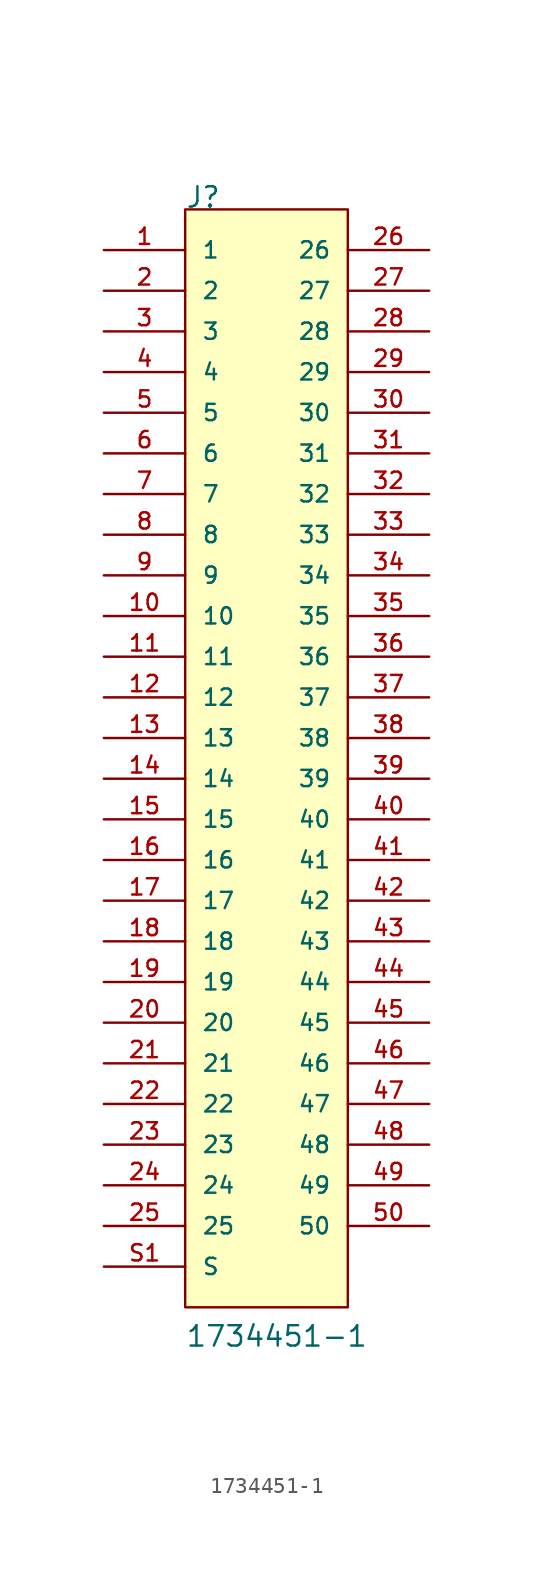
<source format=kicad_sym>
(kicad_symbol_lib
  (version 20211014)
  (generator kicad_symbol_editor)
  (symbol "1734451-1"
    (pin_names
      (offset 1.016))
    (property "Reference" "J"
      (at -5.082 33.035 0)
      (effects (font (size 1.27 1.27)) (justify bottom left)))
    (property "Value" "1734451-1"
      (at -5.082 -38.112 0)
      (effects (font (size 1.27 1.27)) (justify bottom left)))
    (symbol "1734451-1_0_0"
      (rectangle (start -5.08 -35.56) (end 5.08 33.02) (stroke (width 0.152)) (fill (type background)))
      (pin passive line (at -10.16 30.48 0) (length 5.08) (name "1" (effects (font (size 1.016 1.016)))) (number "1" (effects (font (size 1.016 1.016)))))
      (pin passive line (at -10.16 27.94 0) (length 5.08) (name "2" (effects (font (size 1.016 1.016)))) (number "2" (effects (font (size 1.016 1.016)))))
      (pin passive line (at -10.16 25.4 0) (length 5.08) (name "3" (effects (font (size 1.016 1.016)))) (number "3" (effects (font (size 1.016 1.016)))))
      (pin passive line (at -10.16 22.86 0) (length 5.08) (name "4" (effects (font (size 1.016 1.016)))) (number "4" (effects (font (size 1.016 1.016)))))
      (pin passive line (at -10.16 20.32 0) (length 5.08) (name "5" (effects (font (size 1.016 1.016)))) (number "5" (effects (font (size 1.016 1.016)))))
      (pin passive line (at -10.16 17.78 0) (length 5.08) (name "6" (effects (font (size 1.016 1.016)))) (number "6" (effects (font (size 1.016 1.016)))))
      (pin passive line (at -10.16 15.24 0) (length 5.08) (name "7" (effects (font (size 1.016 1.016)))) (number "7" (effects (font (size 1.016 1.016)))))
      (pin passive line (at -10.16 12.7 0) (length 5.08) (name "8" (effects (font (size 1.016 1.016)))) (number "8" (effects (font (size 1.016 1.016)))))
      (pin passive line (at -10.16 10.16 0) (length 5.08) (name "9" (effects (font (size 1.016 1.016)))) (number "9" (effects (font (size 1.016 1.016)))))
      (pin passive line (at -10.16 7.62 0) (length 5.08) (name "10" (effects (font (size 1.016 1.016)))) (number "10" (effects (font (size 1.016 1.016)))))
      (pin passive line (at -10.16 5.08 0) (length 5.08) (name "11" (effects (font (size 1.016 1.016)))) (number "11" (effects (font (size 1.016 1.016)))))
      (pin passive line (at -10.16 2.54 0) (length 5.08) (name "12" (effects (font (size 1.016 1.016)))) (number "12" (effects (font (size 1.016 1.016)))))
      (pin passive line (at -10.16 0.0 0) (length 5.08) (name "13" (effects (font (size 1.016 1.016)))) (number "13" (effects (font (size 1.016 1.016)))))
      (pin passive line (at -10.16 -2.54 0) (length 5.08) (name "14" (effects (font (size 1.016 1.016)))) (number "14" (effects (font (size 1.016 1.016)))))
      (pin passive line (at -10.16 -5.08 0) (length 5.08) (name "15" (effects (font (size 1.016 1.016)))) (number "15" (effects (font (size 1.016 1.016)))))
      (pin passive line (at -10.16 -7.62 0) (length 5.08) (name "16" (effects (font (size 1.016 1.016)))) (number "16" (effects (font (size 1.016 1.016)))))
      (pin passive line (at -10.16 -10.16 0) (length 5.08) (name "17" (effects (font (size 1.016 1.016)))) (number "17" (effects (font (size 1.016 1.016)))))
      (pin passive line (at -10.16 -12.7 0) (length 5.08) (name "18" (effects (font (size 1.016 1.016)))) (number "18" (effects (font (size 1.016 1.016)))))
      (pin passive line (at -10.16 -15.24 0) (length 5.08) (name "19" (effects (font (size 1.016 1.016)))) (number "19" (effects (font (size 1.016 1.016)))))
      (pin passive line (at -10.16 -17.78 0) (length 5.08) (name "20" (effects (font (size 1.016 1.016)))) (number "20" (effects (font (size 1.016 1.016)))))
      (pin passive line (at -10.16 -20.32 0) (length 5.08) (name "21" (effects (font (size 1.016 1.016)))) (number "21" (effects (font (size 1.016 1.016)))))
      (pin passive line (at -10.16 -22.86 0) (length 5.08) (name "22" (effects (font (size 1.016 1.016)))) (number "22" (effects (font (size 1.016 1.016)))))
      (pin passive line (at -10.16 -25.4 0) (length 5.08) (name "23" (effects (font (size 1.016 1.016)))) (number "23" (effects (font (size 1.016 1.016)))))
      (pin passive line (at -10.16 -27.94 0) (length 5.08) (name "24" (effects (font (size 1.016 1.016)))) (number "24" (effects (font (size 1.016 1.016)))))
      (pin passive line (at -10.16 -30.48 0) (length 5.08) (name "25" (effects (font (size 1.016 1.016)))) (number "25" (effects (font (size 1.016 1.016)))))
      (pin passive line (at 10.16 30.48 180.0) (length 5.08) (name "26" (effects (font (size 1.016 1.016)))) (number "26" (effects (font (size 1.016 1.016)))))
      (pin passive line (at 10.16 27.94 180.0) (length 5.08) (name "27" (effects (font (size 1.016 1.016)))) (number "27" (effects (font (size 1.016 1.016)))))
      (pin passive line (at 10.16 25.4 180.0) (length 5.08) (name "28" (effects (font (size 1.016 1.016)))) (number "28" (effects (font (size 1.016 1.016)))))
      (pin passive line (at 10.16 22.86 180.0) (length 5.08) (name "29" (effects (font (size 1.016 1.016)))) (number "29" (effects (font (size 1.016 1.016)))))
      (pin passive line (at 10.16 20.32 180.0) (length 5.08) (name "30" (effects (font (size 1.016 1.016)))) (number "30" (effects (font (size 1.016 1.016)))))
      (pin passive line (at 10.16 17.78 180.0) (length 5.08) (name "31" (effects (font (size 1.016 1.016)))) (number "31" (effects (font (size 1.016 1.016)))))
      (pin passive line (at 10.16 15.24 180.0) (length 5.08) (name "32" (effects (font (size 1.016 1.016)))) (number "32" (effects (font (size 1.016 1.016)))))
      (pin passive line (at 10.16 12.7 180.0) (length 5.08) (name "33" (effects (font (size 1.016 1.016)))) (number "33" (effects (font (size 1.016 1.016)))))
      (pin passive line (at 10.16 10.16 180.0) (length 5.08) (name "34" (effects (font (size 1.016 1.016)))) (number "34" (effects (font (size 1.016 1.016)))))
      (pin passive line (at 10.16 7.62 180.0) (length 5.08) (name "35" (effects (font (size 1.016 1.016)))) (number "35" (effects (font (size 1.016 1.016)))))
      (pin passive line (at 10.16 5.08 180.0) (length 5.08) (name "36" (effects (font (size 1.016 1.016)))) (number "36" (effects (font (size 1.016 1.016)))))
      (pin passive line (at 10.16 2.54 180.0) (length 5.08) (name "37" (effects (font (size 1.016 1.016)))) (number "37" (effects (font (size 1.016 1.016)))))
      (pin passive line (at 10.16 0.0 180.0) (length 5.08) (name "38" (effects (font (size 1.016 1.016)))) (number "38" (effects (font (size 1.016 1.016)))))
      (pin passive line (at 10.16 -2.54 180.0) (length 5.08) (name "39" (effects (font (size 1.016 1.016)))) (number "39" (effects (font (size 1.016 1.016)))))
      (pin passive line (at 10.16 -5.08 180.0) (length 5.08) (name "40" (effects (font (size 1.016 1.016)))) (number "40" (effects (font (size 1.016 1.016)))))
      (pin passive line (at 10.16 -7.62 180.0) (length 5.08) (name "41" (effects (font (size 1.016 1.016)))) (number "41" (effects (font (size 1.016 1.016)))))
      (pin passive line (at 10.16 -10.16 180.0) (length 5.08) (name "42" (effects (font (size 1.016 1.016)))) (number "42" (effects (font (size 1.016 1.016)))))
      (pin passive line (at 10.16 -12.7 180.0) (length 5.08) (name "43" (effects (font (size 1.016 1.016)))) (number "43" (effects (font (size 1.016 1.016)))))
      (pin passive line (at 10.16 -15.24 180.0) (length 5.08) (name "44" (effects (font (size 1.016 1.016)))) (number "44" (effects (font (size 1.016 1.016)))))
      (pin passive line (at 10.16 -17.78 180.0) (length 5.08) (name "45" (effects (font (size 1.016 1.016)))) (number "45" (effects (font (size 1.016 1.016)))))
      (pin passive line (at 10.16 -20.32 180.0) (length 5.08) (name "46" (effects (font (size 1.016 1.016)))) (number "46" (effects (font (size 1.016 1.016)))))
      (pin passive line (at 10.16 -22.86 180.0) (length 5.08) (name "47" (effects (font (size 1.016 1.016)))) (number "47" (effects (font (size 1.016 1.016)))))
      (pin passive line (at 10.16 -25.4 180.0) (length 5.08) (name "48" (effects (font (size 1.016 1.016)))) (number "48" (effects (font (size 1.016 1.016)))))
      (pin passive line (at 10.16 -27.94 180.0) (length 5.08) (name "49" (effects (font (size 1.016 1.016)))) (number "49" (effects (font (size 1.016 1.016)))))
      (pin passive line (at 10.16 -30.48 180.0) (length 5.08) (name "50" (effects (font (size 1.016 1.016)))) (number "50" (effects (font (size 1.016 1.016)))))
      (pin passive line (at -10.16 -33.02 0) (length 5.08) (name "S" (effects (font (size 1.016 1.016)))) (number "S1" (effects (font (size 1.016 1.016)))))
      (pin passive line (at -10.16 -33.02 0) (length 5.08) hide (name "S" (effects (font (size 1.016 1.016)))) (number "S2" (effects (font (size 1.016 1.016))))))))
</source>
